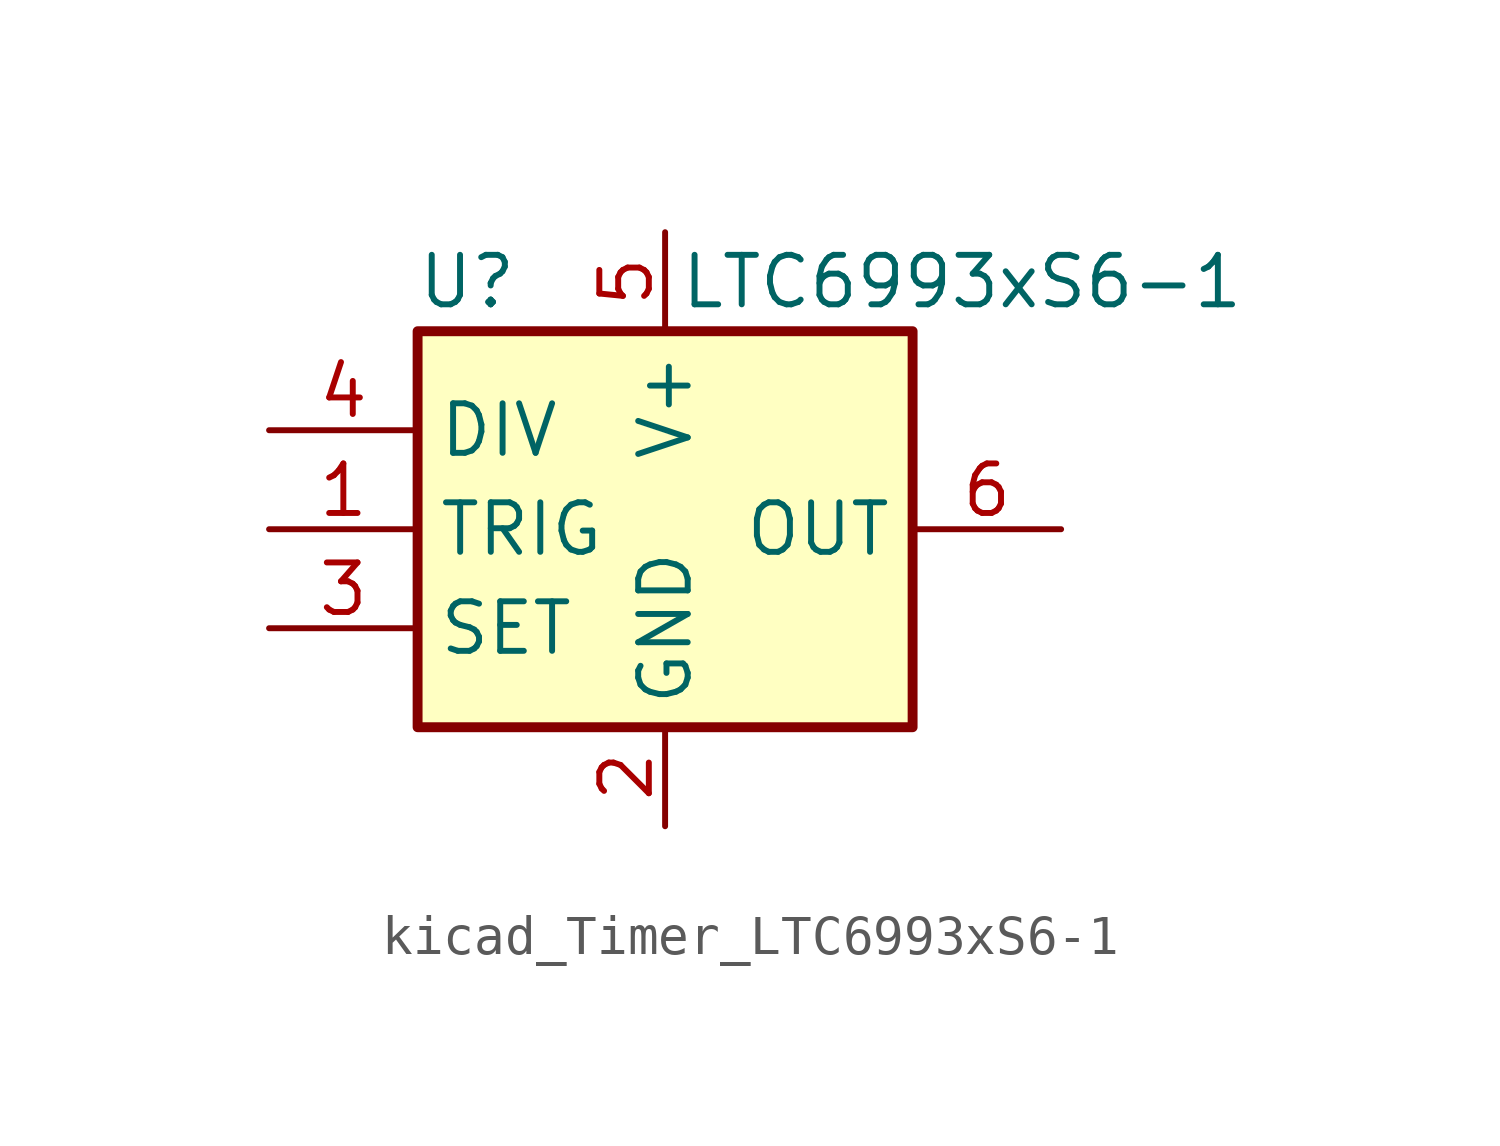
<source format=kicad_sym>
(kicad_symbol_lib
  (version 20220914)
  (generator kicad_symbol_editor)
  (symbol "kicad_Timer_LTC6993xS6-1"
    (property "Reference" "U"
      (at -5.08 6.35 0)
      (effects (font (size 1.27 1.27))))
    (property "Value" "LTC6993xS6-1"
      (at 7.62 6.35 0)
      (effects (font (size 1.27 1.27))))
    (symbol "kicad_Timer_LTC6993xS6-1_0_1"
      (rectangle (start -6.35 5.08) (end 6.35 -5.08) (stroke (width 0.254) (type default)) (fill (type background))))
    (symbol "kicad_Timer_LTC6993xS6-1_1_1"
      (pin input line (at -10.16 0 0) (length 3.81) (name "TRIG" (effects (font (size 1.27 1.27)))) (number "1" (effects (font (size 1.27 1.27)))))
      (pin power_in line (at 0 -7.62 90) (length 2.54) (name "GND" (effects (font (size 1.27 1.27)))) (number "2" (effects (font (size 1.27 1.27)))))
      (pin passive line (at -10.16 -2.54 0) (length 3.81) (name "SET" (effects (font (size 1.27 1.27)))) (number "3" (effects (font (size 1.27 1.27)))))
      (pin input line (at -10.16 2.54 0) (length 3.81) (name "DIV" (effects (font (size 1.27 1.27)))) (number "4" (effects (font (size 1.27 1.27)))))
      (pin power_in line (at 0 7.62 270) (length 2.54) (name "V+" (effects (font (size 1.27 1.27)))) (number "5" (effects (font (size 1.27 1.27)))))
      (pin output line (at 10.16 0 180) (length 3.81) (name "OUT" (effects (font (size 1.27 1.27)))) (number "6" (effects (font (size 1.27 1.27))))))))
</source>
